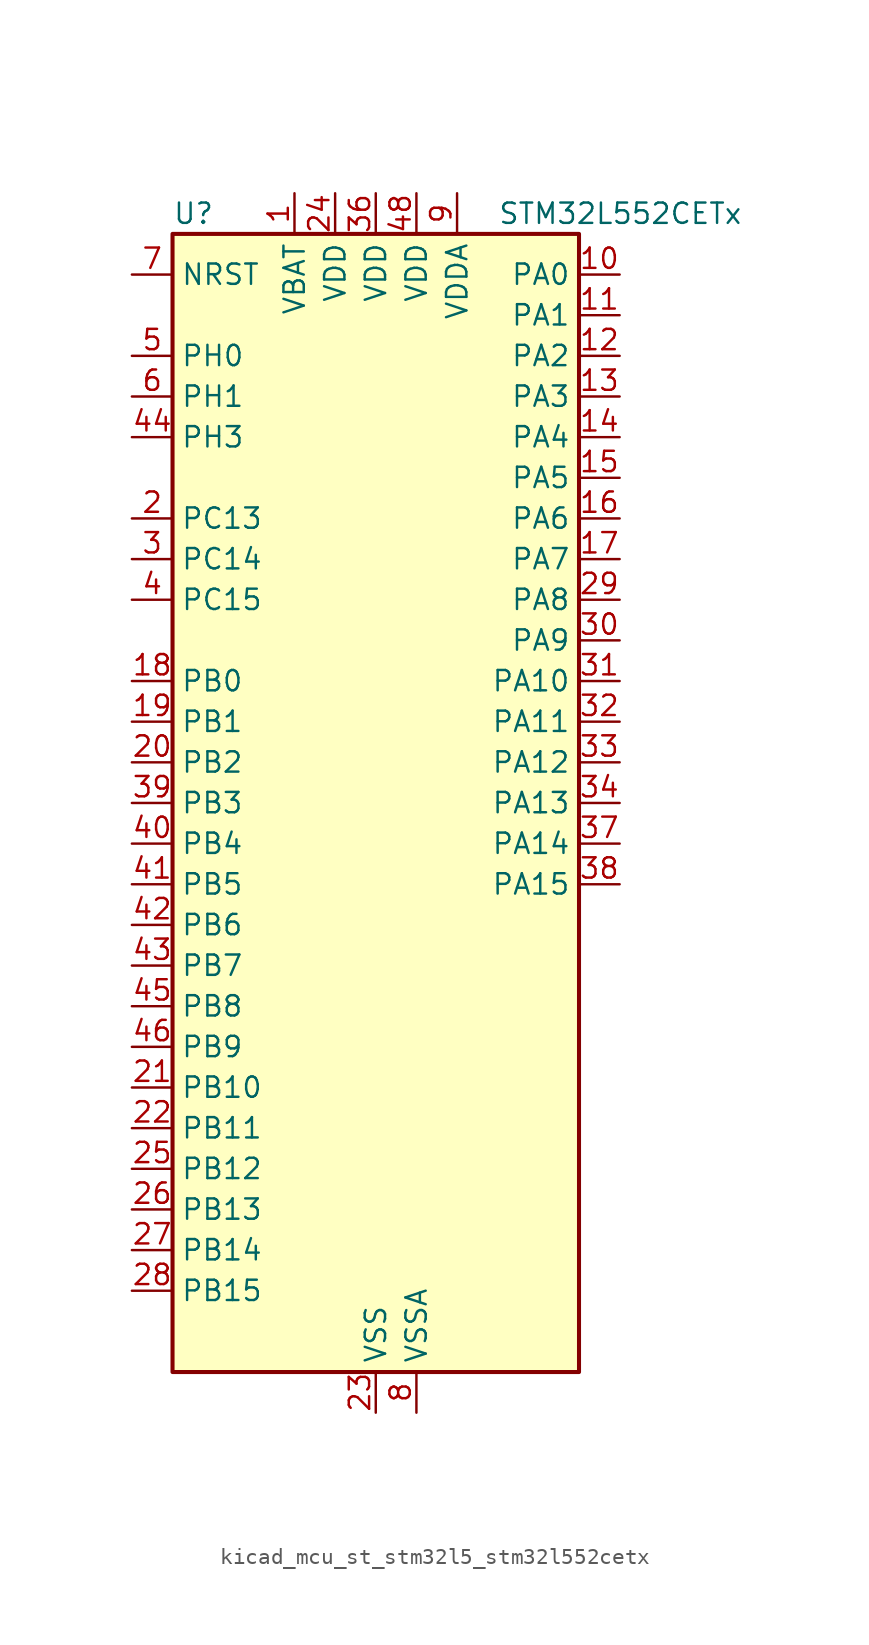
<source format=kicad_sym>
(kicad_symbol_lib
  (version 20220914)
  (generator kicad_symbol_editor)
  (symbol "kicad_mcu_st_stm32l5_stm32l552cetx"
    (property "Reference" "U"
      (at -12.7 36.83 0)
      (effects (font (size 1.27 1.27)) (justify left)))
    (property "Value" "STM32L552CETx"
      (at 7.62 36.83 0)
      (effects (font (size 1.27 1.27)) (justify left)))
    (property "ki_locked" ""
      (at 0 0 0)
      (effects (font (size 1.27 1.27))))
    (symbol "kicad_mcu_st_stm32l5_stm32l552cetx_0_1"
      (rectangle (start -12.7 -35.56) (end 12.7 35.56) (stroke (width 0.254) (type default)) (fill (type background))))
    (symbol "kicad_mcu_st_stm32l5_stm32l552cetx_1_1"
      (pin power_in line (at -5.08 38.1 270) (length 2.54) (name "VBAT" (effects (font (size 1.27 1.27)))) (number "1" (effects (font (size 1.27 1.27)))))
      (pin bidirectional line (at 15.24 33.02 180) (length 2.54) (name "PA0" (effects (font (size 1.27 1.27)))) (number "10" (effects (font (size 1.27 1.27)))) (alternate "ADC1_IN5" bidirectional line) (alternate "ADC2_IN5" bidirectional line) (alternate "OPAMP1_VINP" bidirectional line) (alternate "PWR_WKUP1" bidirectional line) (alternate "SAI1_EXTCLK" bidirectional line) (alternate "TAMP_IN2" bidirectional line) (alternate "TAMP_OUT1" bidirectional line) (alternate "TIM2_CH1" bidirectional line) (alternate "TIM2_ETR" bidirectional line) (alternate "TIM5_CH1" bidirectional line) (alternate "TIM8_ETR" bidirectional line) (alternate "UART4_TX" bidirectional line) (alternate "USART2_CTS" bidirectional line) (alternate "USART2_NSS" bidirectional line))
      (pin bidirectional line (at 15.24 30.48 180) (length 2.54) (name "PA1" (effects (font (size 1.27 1.27)))) (number "11" (effects (font (size 1.27 1.27)))) (alternate "ADC1_IN6" bidirectional line) (alternate "ADC2_IN6" bidirectional line) (alternate "I2C1_SMBA" bidirectional line) (alternate "OCTOSPI1_DQS" bidirectional line) (alternate "OPAMP1_VINM" bidirectional line) (alternate "SPI1_SCK" bidirectional line) (alternate "TAMP_IN5" bidirectional line) (alternate "TAMP_OUT4" bidirectional line) (alternate "TIM15_CH1N" bidirectional line) (alternate "TIM2_CH2" bidirectional line) (alternate "TIM5_CH2" bidirectional line) (alternate "UART4_RX" bidirectional line) (alternate "USART2_DE" bidirectional line) (alternate "USART2_RTS" bidirectional line))
      (pin bidirectional line (at 15.24 27.94 180) (length 2.54) (name "PA2" (effects (font (size 1.27 1.27)))) (number "12" (effects (font (size 1.27 1.27)))) (alternate "ADC1_IN7" bidirectional line) (alternate "ADC2_IN7" bidirectional line) (alternate "COMP1_INP" bidirectional line) (alternate "LPUART1_TX" bidirectional line) (alternate "OCTOSPI1_NCS" bidirectional line) (alternate "PWR_WKUP4" bidirectional line) (alternate "RCC_LSCO" bidirectional line) (alternate "SAI2_EXTCLK" bidirectional line) (alternate "TIM15_CH1" bidirectional line) (alternate "TIM2_CH3" bidirectional line) (alternate "TIM5_CH3" bidirectional line) (alternate "UCPD1_FRSTX1" bidirectional line) (alternate "USART2_TX" bidirectional line))
      (pin bidirectional line (at 15.24 25.4 180) (length 2.54) (name "PA3" (effects (font (size 1.27 1.27)))) (number "13" (effects (font (size 1.27 1.27)))) (alternate "ADC1_IN8" bidirectional line) (alternate "ADC2_IN8" bidirectional line) (alternate "LPUART1_RX" bidirectional line) (alternate "OCTOSPI1_CLK" bidirectional line) (alternate "OPAMP1_VOUT" bidirectional line) (alternate "SAI1_CK1" bidirectional line) (alternate "SAI1_MCLK_A" bidirectional line) (alternate "TIM15_CH2" bidirectional line) (alternate "TIM2_CH4" bidirectional line) (alternate "TIM5_CH4" bidirectional line) (alternate "USART2_RX" bidirectional line))
      (pin bidirectional line (at 15.24 22.86 180) (length 2.54) (name "PA4" (effects (font (size 1.27 1.27)))) (number "14" (effects (font (size 1.27 1.27)))) (alternate "ADC1_IN9" bidirectional line) (alternate "ADC2_IN9" bidirectional line) (alternate "DAC1_OUT1" bidirectional line) (alternate "LPTIM2_OUT" bidirectional line) (alternate "OCTOSPI1_NCS" bidirectional line) (alternate "SAI1_FS_B" bidirectional line) (alternate "SPI1_NSS" bidirectional line) (alternate "SPI3_NSS" bidirectional line) (alternate "USART2_CK" bidirectional line))
      (pin bidirectional line (at 15.24 20.32 180) (length 2.54) (name "PA5" (effects (font (size 1.27 1.27)))) (number "15" (effects (font (size 1.27 1.27)))) (alternate "ADC1_IN10" bidirectional line) (alternate "ADC2_IN10" bidirectional line) (alternate "DAC1_OUT2" bidirectional line) (alternate "LPTIM2_ETR" bidirectional line) (alternate "SPI1_SCK" bidirectional line) (alternate "TIM2_CH1" bidirectional line) (alternate "TIM2_ETR" bidirectional line) (alternate "TIM8_CH1N" bidirectional line))
      (pin bidirectional line (at 15.24 17.78 180) (length 2.54) (name "PA6" (effects (font (size 1.27 1.27)))) (number "16" (effects (font (size 1.27 1.27)))) (alternate "ADC1_IN11" bidirectional line) (alternate "ADC2_IN11" bidirectional line) (alternate "LPUART1_CTS" bidirectional line) (alternate "OCTOSPI1_IO3" bidirectional line) (alternate "OPAMP2_VINP" bidirectional line) (alternate "SPI1_MISO" bidirectional line) (alternate "TIM16_CH1" bidirectional line) (alternate "TIM1_BKIN" bidirectional line) (alternate "TIM3_CH1" bidirectional line) (alternate "TIM8_BKIN" bidirectional line) (alternate "USART3_CTS" bidirectional line) (alternate "USART3_NSS" bidirectional line))
      (pin bidirectional line (at 15.24 15.24 180) (length 2.54) (name "PA7" (effects (font (size 1.27 1.27)))) (number "17" (effects (font (size 1.27 1.27)))) (alternate "ADC1_IN12" bidirectional line) (alternate "ADC2_IN12" bidirectional line) (alternate "I2C3_SCL" bidirectional line) (alternate "OCTOSPI1_IO2" bidirectional line) (alternate "OPAMP2_VINM" bidirectional line) (alternate "SPI1_MOSI" bidirectional line) (alternate "TIM17_CH1" bidirectional line) (alternate "TIM1_CH1N" bidirectional line) (alternate "TIM3_CH2" bidirectional line) (alternate "TIM8_CH1N" bidirectional line))
      (pin bidirectional line (at -15.24 7.62 0) (length 2.54) (name "PB0" (effects (font (size 1.27 1.27)))) (number "18" (effects (font (size 1.27 1.27)))) (alternate "ADC1_IN15" bidirectional line) (alternate "ADC2_IN15" bidirectional line) (alternate "COMP1_OUT" bidirectional line) (alternate "OCTOSPI1_IO1" bidirectional line) (alternate "OPAMP2_VOUT" bidirectional line) (alternate "SAI1_EXTCLK" bidirectional line) (alternate "SPI1_NSS" bidirectional line) (alternate "TIM1_CH2N" bidirectional line) (alternate "TIM3_CH3" bidirectional line) (alternate "TIM8_CH2N" bidirectional line) (alternate "USART3_CK" bidirectional line))
      (pin bidirectional line (at -15.24 5.08 0) (length 2.54) (name "PB1" (effects (font (size 1.27 1.27)))) (number "19" (effects (font (size 1.27 1.27)))) (alternate "ADC1_IN16" bidirectional line) (alternate "ADC2_IN16" bidirectional line) (alternate "COMP1_INM" bidirectional line) (alternate "DFSDM1_DATIN0" bidirectional line) (alternate "LPTIM2_IN1" bidirectional line) (alternate "LPUART1_DE" bidirectional line) (alternate "LPUART1_RTS" bidirectional line) (alternate "OCTOSPI1_IO0" bidirectional line) (alternate "TIM1_CH3N" bidirectional line) (alternate "TIM3_CH4" bidirectional line) (alternate "TIM8_CH3N" bidirectional line) (alternate "USART3_DE" bidirectional line) (alternate "USART3_RTS" bidirectional line))
      (pin bidirectional line (at -15.24 17.78 0) (length 2.54) (name "PC13" (effects (font (size 1.27 1.27)))) (number "2" (effects (font (size 1.27 1.27)))) (alternate "PWR_WKUP2" bidirectional line) (alternate "RTC_OUT1" bidirectional line) (alternate "RTC_TS" bidirectional line) (alternate "TAMP_IN1" bidirectional line) (alternate "TAMP_OUT2" bidirectional line))
      (pin bidirectional line (at -15.24 2.54 0) (length 2.54) (name "PB2" (effects (font (size 1.27 1.27)))) (number "20" (effects (font (size 1.27 1.27)))) (alternate "COMP1_INP" bidirectional line) (alternate "DFSDM1_CKIN0" bidirectional line) (alternate "I2C3_SMBA" bidirectional line) (alternate "LPTIM1_OUT" bidirectional line) (alternate "OCTOSPI1_DQS" bidirectional line) (alternate "RTC_OUT2" bidirectional line) (alternate "UCPD1_FRSTX1" bidirectional line))
      (pin bidirectional line (at -15.24 -17.78 0) (length 2.54) (name "PB10" (effects (font (size 1.27 1.27)))) (number "21" (effects (font (size 1.27 1.27)))) (alternate "COMP1_OUT" bidirectional line) (alternate "I2C2_SCL" bidirectional line) (alternate "I2C4_SCL" bidirectional line) (alternate "LPTIM3_OUT" bidirectional line) (alternate "LPUART1_RX" bidirectional line) (alternate "OCTOSPI1_CLK" bidirectional line) (alternate "SAI1_SCK_A" bidirectional line) (alternate "SPI2_SCK" bidirectional line) (alternate "TIM2_CH3" bidirectional line) (alternate "TSC_SYNC" bidirectional line) (alternate "USART3_TX" bidirectional line))
      (pin bidirectional line (at -15.24 -20.32 0) (length 2.54) (name "PB11" (effects (font (size 1.27 1.27)))) (number "22" (effects (font (size 1.27 1.27)))) (alternate "ADC1_EXTI11" bidirectional line) (alternate "ADC2_EXTI11" bidirectional line) (alternate "COMP2_OUT" bidirectional line) (alternate "I2C2_SDA" bidirectional line) (alternate "I2C4_SDA" bidirectional line) (alternate "LPUART1_TX" bidirectional line) (alternate "OCTOSPI1_NCS" bidirectional line) (alternate "TIM2_CH4" bidirectional line) (alternate "USART3_RX" bidirectional line))
      (pin power_in line (at 0 -38.1 90) (length 2.54) (name "VSS" (effects (font (size 1.27 1.27)))) (number "23" (effects (font (size 1.27 1.27)))))
      (pin power_in line (at -2.54 38.1 270) (length 2.54) (name "VDD" (effects (font (size 1.27 1.27)))) (number "24" (effects (font (size 1.27 1.27)))))
      (pin bidirectional line (at -15.24 -22.86 0) (length 2.54) (name "PB12" (effects (font (size 1.27 1.27)))) (number "25" (effects (font (size 1.27 1.27)))) (alternate "DFSDM1_DATIN1" bidirectional line) (alternate "I2C2_SMBA" bidirectional line) (alternate "LPUART1_DE" bidirectional line) (alternate "LPUART1_RTS" bidirectional line) (alternate "OCTOSPI1_NCLK" bidirectional line) (alternate "SAI2_FS_A" bidirectional line) (alternate "SPI2_NSS" bidirectional line) (alternate "TIM15_BKIN" bidirectional line) (alternate "TIM1_BKIN" bidirectional line) (alternate "TSC_G1_IO1" bidirectional line) (alternate "USART3_CK" bidirectional line))
      (pin bidirectional line (at -15.24 -25.4 0) (length 2.54) (name "PB13" (effects (font (size 1.27 1.27)))) (number "26" (effects (font (size 1.27 1.27)))) (alternate "DFSDM1_CKIN1" bidirectional line) (alternate "I2C2_SCL" bidirectional line) (alternate "LPTIM3_IN1" bidirectional line) (alternate "LPUART1_CTS" bidirectional line) (alternate "SAI2_SCK_A" bidirectional line) (alternate "SPI2_SCK" bidirectional line) (alternate "TIM15_CH1N" bidirectional line) (alternate "TIM1_CH1N" bidirectional line) (alternate "TSC_G1_IO2" bidirectional line) (alternate "UCPD1_FRSTX2" bidirectional line) (alternate "USART3_CTS" bidirectional line) (alternate "USART3_NSS" bidirectional line))
      (pin bidirectional line (at -15.24 -27.94 0) (length 2.54) (name "PB14" (effects (font (size 1.27 1.27)))) (number "27" (effects (font (size 1.27 1.27)))) (alternate "DFSDM1_DATIN2" bidirectional line) (alternate "I2C2_SDA" bidirectional line) (alternate "LPTIM3_ETR" bidirectional line) (alternate "SAI2_MCLK_A" bidirectional line) (alternate "SPI2_MISO" bidirectional line) (alternate "TIM15_CH1" bidirectional line) (alternate "TIM1_CH2N" bidirectional line) (alternate "TIM8_CH2N" bidirectional line) (alternate "TSC_G1_IO3" bidirectional line) (alternate "UCPD1_DBCC2" bidirectional line) (alternate "USART3_DE" bidirectional line) (alternate "USART3_RTS" bidirectional line))
      (pin bidirectional line (at -15.24 -30.48 0) (length 2.54) (name "PB15" (effects (font (size 1.27 1.27)))) (number "28" (effects (font (size 1.27 1.27)))) (alternate "ADC1_EXTI15" bidirectional line) (alternate "ADC2_EXTI15" bidirectional line) (alternate "DFSDM1_CKIN2" bidirectional line) (alternate "RTC_REFIN" bidirectional line) (alternate "SAI2_SD_A" bidirectional line) (alternate "SPI2_MOSI" bidirectional line) (alternate "TIM15_CH2" bidirectional line) (alternate "TIM1_CH3N" bidirectional line) (alternate "TIM8_CH3N" bidirectional line) (alternate "UCPD1_CC2" bidirectional line))
      (pin bidirectional line (at 15.24 12.7 180) (length 2.54) (name "PA8" (effects (font (size 1.27 1.27)))) (number "29" (effects (font (size 1.27 1.27)))) (alternate "LPTIM2_OUT" bidirectional line) (alternate "RCC_MCO" bidirectional line) (alternate "SAI1_CK2" bidirectional line) (alternate "SAI1_SCK_A" bidirectional line) (alternate "TIM1_CH1" bidirectional line) (alternate "USART1_CK" bidirectional line))
      (pin bidirectional line (at -15.24 15.24 0) (length 2.54) (name "PC14" (effects (font (size 1.27 1.27)))) (number "3" (effects (font (size 1.27 1.27)))) (alternate "RCC_OSC32_IN" bidirectional line))
      (pin bidirectional line (at 15.24 10.16 180) (length 2.54) (name "PA9" (effects (font (size 1.27 1.27)))) (number "30" (effects (font (size 1.27 1.27)))) (alternate "DAC1_EXTI9" bidirectional line) (alternate "SAI1_FS_A" bidirectional line) (alternate "SPI2_SCK" bidirectional line) (alternate "TIM15_BKIN" bidirectional line) (alternate "TIM1_CH2" bidirectional line) (alternate "USART1_TX" bidirectional line))
      (pin bidirectional line (at 15.24 7.62 180) (length 2.54) (name "PA10" (effects (font (size 1.27 1.27)))) (number "31" (effects (font (size 1.27 1.27)))) (alternate "CRS_SYNC" bidirectional line) (alternate "SAI1_D1" bidirectional line) (alternate "SAI1_SD_A" bidirectional line) (alternate "TIM17_BKIN" bidirectional line) (alternate "TIM1_CH3" bidirectional line) (alternate "USART1_RX" bidirectional line))
      (pin bidirectional line (at 15.24 5.08 180) (length 2.54) (name "PA11" (effects (font (size 1.27 1.27)))) (number "32" (effects (font (size 1.27 1.27)))) (alternate "ADC1_EXTI11" bidirectional line) (alternate "ADC2_EXTI11" bidirectional line) (alternate "FDCAN1_RX" bidirectional line) (alternate "SPI1_MISO" bidirectional line) (alternate "TIM1_BKIN2" bidirectional line) (alternate "TIM1_CH4" bidirectional line) (alternate "USART1_CTS" bidirectional line) (alternate "USART1_NSS" bidirectional line) (alternate "USB_DM" bidirectional line))
      (pin bidirectional line (at 15.24 2.54 180) (length 2.54) (name "PA12" (effects (font (size 1.27 1.27)))) (number "33" (effects (font (size 1.27 1.27)))) (alternate "FDCAN1_TX" bidirectional line) (alternate "SPI1_MOSI" bidirectional line) (alternate "TIM1_ETR" bidirectional line) (alternate "USART1_DE" bidirectional line) (alternate "USART1_RTS" bidirectional line) (alternate "USB_DP" bidirectional line))
      (pin bidirectional line (at 15.24 0 180) (length 2.54) (name "PA13" (effects (font (size 1.27 1.27)))) (number "34" (effects (font (size 1.27 1.27)))) (alternate "DEBUG_JTMS-SWDIO" bidirectional line) (alternate "IR_OUT" bidirectional line) (alternate "SAI1_SD_B" bidirectional line) (alternate "USB_NOE" bidirectional line))
      (pin passive line (at 0 -38.1 90) (length 2.54) hide (name "VSS" (effects (font (size 1.27 1.27)))) (number "35" (effects (font (size 1.27 1.27)))))
      (pin power_in line (at 0 38.1 270) (length 2.54) (name "VDD" (effects (font (size 1.27 1.27)))) (number "36" (effects (font (size 1.27 1.27)))))
      (pin bidirectional line (at 15.24 -2.54 180) (length 2.54) (name "PA14" (effects (font (size 1.27 1.27)))) (number "37" (effects (font (size 1.27 1.27)))) (alternate "DEBUG_JTCK-SWCLK" bidirectional line) (alternate "I2C1_SMBA" bidirectional line) (alternate "I2C4_SMBA" bidirectional line) (alternate "LPTIM1_OUT" bidirectional line) (alternate "SAI1_FS_B" bidirectional line))
      (pin bidirectional line (at 15.24 -5.08 180) (length 2.54) (name "PA15" (effects (font (size 1.27 1.27)))) (number "38" (effects (font (size 1.27 1.27)))) (alternate "ADC1_EXTI15" bidirectional line) (alternate "ADC2_EXTI15" bidirectional line) (alternate "DEBUG_JTDI" bidirectional line) (alternate "SAI2_FS_B" bidirectional line) (alternate "SPI1_NSS" bidirectional line) (alternate "SPI3_NSS" bidirectional line) (alternate "TIM2_CH1" bidirectional line) (alternate "TIM2_ETR" bidirectional line) (alternate "UART4_DE" bidirectional line) (alternate "UART4_RTS" bidirectional line) (alternate "UCPD1_CC1" bidirectional line) (alternate "USART2_RX" bidirectional line) (alternate "USART3_DE" bidirectional line) (alternate "USART3_RTS" bidirectional line))
      (pin bidirectional line (at -15.24 0 0) (length 2.54) (name "PB3" (effects (font (size 1.27 1.27)))) (number "39" (effects (font (size 1.27 1.27)))) (alternate "COMP2_INM" bidirectional line) (alternate "CRS_SYNC" bidirectional line) (alternate "DEBUG_JTDO-SWO" bidirectional line) (alternate "SAI1_SCK_B" bidirectional line) (alternate "SPI1_SCK" bidirectional line) (alternate "SPI3_SCK" bidirectional line) (alternate "TIM2_CH2" bidirectional line) (alternate "USART1_DE" bidirectional line) (alternate "USART1_RTS" bidirectional line))
      (pin bidirectional line (at -15.24 12.7 0) (length 2.54) (name "PC15" (effects (font (size 1.27 1.27)))) (number "4" (effects (font (size 1.27 1.27)))) (alternate "ADC1_EXTI15" bidirectional line) (alternate "ADC2_EXTI15" bidirectional line) (alternate "RCC_OSC32_OUT" bidirectional line))
      (pin bidirectional line (at -15.24 -2.54 0) (length 2.54) (name "PB4" (effects (font (size 1.27 1.27)))) (number "40" (effects (font (size 1.27 1.27)))) (alternate "COMP2_INP" bidirectional line) (alternate "DEBUG_JTRST" bidirectional line) (alternate "I2C3_SDA" bidirectional line) (alternate "SAI1_MCLK_B" bidirectional line) (alternate "SPI1_MISO" bidirectional line) (alternate "SPI3_MISO" bidirectional line) (alternate "TIM17_BKIN" bidirectional line) (alternate "TIM3_CH1" bidirectional line) (alternate "TSC_G2_IO1" bidirectional line) (alternate "USART1_CTS" bidirectional line) (alternate "USART1_NSS" bidirectional line))
      (pin bidirectional line (at -15.24 -5.08 0) (length 2.54) (name "PB5" (effects (font (size 1.27 1.27)))) (number "41" (effects (font (size 1.27 1.27)))) (alternate "COMP2_OUT" bidirectional line) (alternate "I2C1_SMBA" bidirectional line) (alternate "LPTIM1_IN1" bidirectional line) (alternate "OCTOSPI1_NCLK" bidirectional line) (alternate "SAI1_SD_B" bidirectional line) (alternate "SPI1_MOSI" bidirectional line) (alternate "SPI3_MOSI" bidirectional line) (alternate "TIM16_BKIN" bidirectional line) (alternate "TIM3_CH2" bidirectional line) (alternate "TSC_G2_IO2" bidirectional line) (alternate "UCPD1_DBCC1" bidirectional line) (alternate "USART1_CK" bidirectional line))
      (pin bidirectional line (at -15.24 -7.62 0) (length 2.54) (name "PB6" (effects (font (size 1.27 1.27)))) (number "42" (effects (font (size 1.27 1.27)))) (alternate "COMP2_INP" bidirectional line) (alternate "I2C1_SCL" bidirectional line) (alternate "I2C4_SCL" bidirectional line) (alternate "LPTIM1_ETR" bidirectional line) (alternate "SAI1_FS_B" bidirectional line) (alternate "TIM16_CH1N" bidirectional line) (alternate "TIM4_CH1" bidirectional line) (alternate "TIM8_BKIN2" bidirectional line) (alternate "TSC_G2_IO3" bidirectional line) (alternate "USART1_TX" bidirectional line))
      (pin bidirectional line (at -15.24 -10.16 0) (length 2.54) (name "PB7" (effects (font (size 1.27 1.27)))) (number "43" (effects (font (size 1.27 1.27)))) (alternate "COMP2_INM" bidirectional line) (alternate "I2C1_SDA" bidirectional line) (alternate "I2C4_SDA" bidirectional line) (alternate "LPTIM1_IN2" bidirectional line) (alternate "PWR_PVD_IN" bidirectional line) (alternate "TIM17_CH1N" bidirectional line) (alternate "TIM4_CH2" bidirectional line) (alternate "TIM8_BKIN" bidirectional line) (alternate "TSC_G2_IO4" bidirectional line) (alternate "UART4_CTS" bidirectional line) (alternate "USART1_RX" bidirectional line))
      (pin bidirectional line (at -15.24 22.86 0) (length 2.54) (name "PH3" (effects (font (size 1.27 1.27)))) (number "44" (effects (font (size 1.27 1.27)))))
      (pin bidirectional line (at -15.24 -12.7 0) (length 2.54) (name "PB8" (effects (font (size 1.27 1.27)))) (number "45" (effects (font (size 1.27 1.27)))) (alternate "DFSDM1_CKOUT" bidirectional line) (alternate "FDCAN1_RX" bidirectional line) (alternate "I2C1_SCL" bidirectional line) (alternate "SAI1_CK1" bidirectional line) (alternate "SAI1_MCLK_A" bidirectional line) (alternate "TIM16_CH1" bidirectional line) (alternate "TIM4_CH3" bidirectional line))
      (pin bidirectional line (at -15.24 -15.24 0) (length 2.54) (name "PB9" (effects (font (size 1.27 1.27)))) (number "46" (effects (font (size 1.27 1.27)))) (alternate "DAC1_EXTI9" bidirectional line) (alternate "FDCAN1_TX" bidirectional line) (alternate "I2C1_SDA" bidirectional line) (alternate "IR_OUT" bidirectional line) (alternate "SAI1_D2" bidirectional line) (alternate "SAI1_FS_A" bidirectional line) (alternate "SPI2_NSS" bidirectional line) (alternate "TIM17_CH1" bidirectional line) (alternate "TIM4_CH4" bidirectional line))
      (pin passive line (at 0 -38.1 90) (length 2.54) hide (name "VSS" (effects (font (size 1.27 1.27)))) (number "47" (effects (font (size 1.27 1.27)))))
      (pin power_in line (at 2.54 38.1 270) (length 2.54) (name "VDD" (effects (font (size 1.27 1.27)))) (number "48" (effects (font (size 1.27 1.27)))))
      (pin bidirectional line (at -15.24 27.94 0) (length 2.54) (name "PH0" (effects (font (size 1.27 1.27)))) (number "5" (effects (font (size 1.27 1.27)))) (alternate "RCC_OSC_IN" bidirectional line))
      (pin bidirectional line (at -15.24 25.4 0) (length 2.54) (name "PH1" (effects (font (size 1.27 1.27)))) (number "6" (effects (font (size 1.27 1.27)))) (alternate "RCC_OSC_OUT" bidirectional line))
      (pin input line (at -15.24 33.02 0) (length 2.54) (name "NRST" (effects (font (size 1.27 1.27)))) (number "7" (effects (font (size 1.27 1.27)))))
      (pin power_in line (at 2.54 -38.1 90) (length 2.54) (name "VSSA" (effects (font (size 1.27 1.27)))) (number "8" (effects (font (size 1.27 1.27)))))
      (pin power_in line (at 5.08 38.1 270) (length 2.54) (name "VDDA" (effects (font (size 1.27 1.27)))) (number "9" (effects (font (size 1.27 1.27))))))))
</source>
